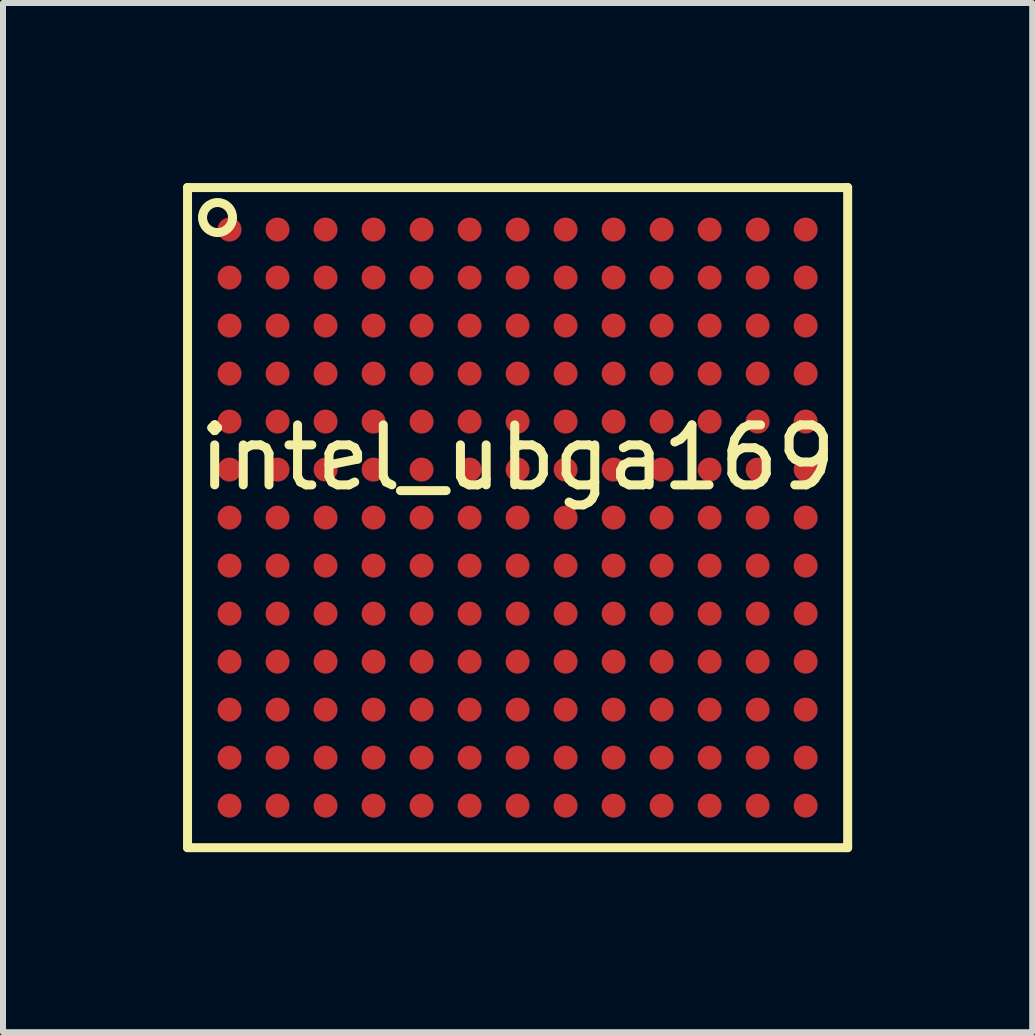
<source format=kicad_pcb>
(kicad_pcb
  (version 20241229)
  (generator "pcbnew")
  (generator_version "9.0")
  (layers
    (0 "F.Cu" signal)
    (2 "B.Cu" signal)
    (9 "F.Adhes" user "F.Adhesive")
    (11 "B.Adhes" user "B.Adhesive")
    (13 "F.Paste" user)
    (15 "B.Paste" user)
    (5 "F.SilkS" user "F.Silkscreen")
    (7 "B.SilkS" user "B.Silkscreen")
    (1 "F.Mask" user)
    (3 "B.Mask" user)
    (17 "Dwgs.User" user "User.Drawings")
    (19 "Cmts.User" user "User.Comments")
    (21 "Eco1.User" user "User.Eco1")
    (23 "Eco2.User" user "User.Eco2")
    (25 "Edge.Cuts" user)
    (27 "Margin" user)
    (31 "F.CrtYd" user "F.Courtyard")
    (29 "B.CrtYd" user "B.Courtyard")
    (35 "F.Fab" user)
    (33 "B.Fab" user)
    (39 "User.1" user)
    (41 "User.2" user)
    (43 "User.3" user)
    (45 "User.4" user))
  (footprint "intel_ubga169"
    (layer "F.Cu")
    (at 5.575 5.575)
    (property "Reference" "intel_ubga169" (at 0 -1 0) (layer "F.SilkS") (effects (font (size 1 1) (thickness 0.15))))
    (attr through_hole)
    (fp_line (start -5.5 -5.5) (end -5.5 5.5) (stroke (width 0.15) (type solid)) (layer "F.SilkS"))
    (fp_line (start -5.5 5.5) (end 5.5 5.5) (stroke (width 0.15) (type solid)) (layer "F.SilkS"))
    (fp_line (start 5.5 -5.5) (end -5.5 -5.5) (stroke (width 0.15) (type solid)) (layer "F.SilkS"))
    (fp_line (start 5.5 5.5) (end 5.5 -5.5) (stroke (width 0.15) (type solid)) (layer "F.SilkS"))
    (fp_circle (center -5 -5) (end -5 -4.75) (stroke (width 0.15) (type solid)) (fill no) (layer "F.SilkS"))
    (pad "A1" smd circle (at -4.8 -4.8) (size 0.4 0.4) (layers "F.Cu" "F.Mask" "F.Paste"))
    (pad "A2" smd circle (at -4 -4.8) (size 0.4 0.4) (layers "F.Cu" "F.Mask" "F.Paste"))
    (pad "A3" smd circle (at -3.2 -4.8) (size 0.4 0.4) (layers "F.Cu" "F.Mask" "F.Paste"))
    (pad "A4" smd circle (at -2.4 -4.8) (size 0.4 0.4) (layers "F.Cu" "F.Mask" "F.Paste"))
    (pad "A5" smd circle (at -1.6 -4.8) (size 0.4 0.4) (layers "F.Cu" "F.Mask" "F.Paste"))
    (pad "A6" smd circle (at -0.8 -4.8) (size 0.4 0.4) (layers "F.Cu" "F.Mask" "F.Paste"))
    (pad "A7" smd circle (at 0 -4.8) (size 0.4 0.4) (layers "F.Cu" "F.Mask" "F.Paste"))
    (pad "A8" smd circle (at 0.8 -4.8) (size 0.4 0.4) (layers "F.Cu" "F.Mask" "F.Paste"))
    (pad "A9" smd circle (at 1.6 -4.8) (size 0.4 0.4) (layers "F.Cu" "F.Mask" "F.Paste"))
    (pad "A10" smd circle (at 2.4 -4.8) (size 0.4 0.4) (layers "F.Cu" "F.Mask" "F.Paste"))
    (pad "A11" smd circle (at 3.2 -4.8) (size 0.4 0.4) (layers "F.Cu" "F.Mask" "F.Paste"))
    (pad "A12" smd circle (at 4 -4.8) (size 0.4 0.4) (layers "F.Cu" "F.Mask" "F.Paste"))
    (pad "A13" smd circle (at 4.8 -4.8) (size 0.4 0.4) (layers "F.Cu" "F.Mask" "F.Paste"))
    (pad "B1" smd circle (at -4.8 -4) (size 0.4 0.4) (layers "F.Cu" "F.Mask" "F.Paste"))
    (pad "B2" smd circle (at -4 -4) (size 0.4 0.4) (layers "F.Cu" "F.Mask" "F.Paste"))
    (pad "B3" smd circle (at -3.2 -4) (size 0.4 0.4) (layers "F.Cu" "F.Mask" "F.Paste"))
    (pad "B4" smd circle (at -2.4 -4) (size 0.4 0.4) (layers "F.Cu" "F.Mask" "F.Paste"))
    (pad "B5" smd circle (at -1.6 -4) (size 0.4 0.4) (layers "F.Cu" "F.Mask" "F.Paste"))
    (pad "B6" smd circle (at -0.8 -4) (size 0.4 0.4) (layers "F.Cu" "F.Mask" "F.Paste"))
    (pad "B7" smd circle (at 0 -4) (size 0.4 0.4) (layers "F.Cu" "F.Mask" "F.Paste"))
    (pad "B8" smd circle (at 0.8 -4) (size 0.4 0.4) (layers "F.Cu" "F.Mask" "F.Paste"))
    (pad "B9" smd circle (at 1.6 -4) (size 0.4 0.4) (layers "F.Cu" "F.Mask" "F.Paste"))
    (pad "B10" smd circle (at 2.4 -4) (size 0.4 0.4) (layers "F.Cu" "F.Mask" "F.Paste"))
    (pad "B11" smd circle (at 3.2 -4) (size 0.4 0.4) (layers "F.Cu" "F.Mask" "F.Paste"))
    (pad "B12" smd circle (at 4 -4) (size 0.4 0.4) (layers "F.Cu" "F.Mask" "F.Paste"))
    (pad "B13" smd circle (at 4.8 -4) (size 0.4 0.4) (layers "F.Cu" "F.Mask" "F.Paste"))
    (pad "C1" smd circle (at -4.8 -3.2) (size 0.4 0.4) (layers "F.Cu" "F.Mask" "F.Paste"))
    (pad "C2" smd circle (at -4 -3.2) (size 0.4 0.4) (layers "F.Cu" "F.Mask" "F.Paste"))
    (pad "C3" smd circle (at -3.2 -3.2) (size 0.4 0.4) (layers "F.Cu" "F.Mask" "F.Paste"))
    (pad "C4" smd circle (at -2.4 -3.2) (size 0.4 0.4) (layers "F.Cu" "F.Mask" "F.Paste"))
    (pad "C5" smd circle (at -1.6 -3.2) (size 0.4 0.4) (layers "F.Cu" "F.Mask" "F.Paste"))
    (pad "C6" smd circle (at -0.8 -3.2) (size 0.4 0.4) (layers "F.Cu" "F.Mask" "F.Paste"))
    (pad "C7" smd circle (at 0 -3.2) (size 0.4 0.4) (layers "F.Cu" "F.Mask" "F.Paste"))
    (pad "C8" smd circle (at 0.8 -3.2) (size 0.4 0.4) (layers "F.Cu" "F.Mask" "F.Paste"))
    (pad "C9" smd circle (at 1.6 -3.2) (size 0.4 0.4) (layers "F.Cu" "F.Mask" "F.Paste"))
    (pad "C10" smd circle (at 2.4 -3.2) (size 0.4 0.4) (layers "F.Cu" "F.Mask" "F.Paste"))
    (pad "C11" smd circle (at 3.2 -3.2) (size 0.4 0.4) (layers "F.Cu" "F.Mask" "F.Paste"))
    (pad "C12" smd circle (at 4 -3.2) (size 0.4 0.4) (layers "F.Cu" "F.Mask" "F.Paste"))
    (pad "C13" smd circle (at 4.8 -3.2) (size 0.4 0.4) (layers "F.Cu" "F.Mask" "F.Paste"))
    (pad "D1" smd circle (at -4.8 -2.4) (size 0.4 0.4) (layers "F.Cu" "F.Mask" "F.Paste"))
    (pad "D2" smd circle (at -4 -2.4) (size 0.4 0.4) (layers "F.Cu" "F.Mask" "F.Paste"))
    (pad "D3" smd circle (at -3.2 -2.4) (size 0.4 0.4) (layers "F.Cu" "F.Mask" "F.Paste"))
    (pad "D4" smd circle (at -2.4 -2.4) (size 0.4 0.4) (layers "F.Cu" "F.Mask" "F.Paste"))
    (pad "D5" smd circle (at -1.6 -2.4) (size 0.4 0.4) (layers "F.Cu" "F.Mask" "F.Paste"))
    (pad "D6" smd circle (at -0.8 -2.4) (size 0.4 0.4) (layers "F.Cu" "F.Mask" "F.Paste"))
    (pad "D7" smd circle (at 0 -2.4) (size 0.4 0.4) (layers "F.Cu" "F.Mask" "F.Paste"))
    (pad "D8" smd circle (at 0.8 -2.4) (size 0.4 0.4) (layers "F.Cu" "F.Mask" "F.Paste"))
    (pad "D9" smd circle (at 1.6 -2.4) (size 0.4 0.4) (layers "F.Cu" "F.Mask" "F.Paste"))
    (pad "D10" smd circle (at 2.4 -2.4) (size 0.4 0.4) (layers "F.Cu" "F.Mask" "F.Paste"))
    (pad "D11" smd circle (at 3.2 -2.4) (size 0.4 0.4) (layers "F.Cu" "F.Mask" "F.Paste"))
    (pad "D12" smd circle (at 4 -2.4) (size 0.4 0.4) (layers "F.Cu" "F.Mask" "F.Paste"))
    (pad "D13" smd circle (at 4.8 -2.4) (size 0.4 0.4) (layers "F.Cu" "F.Mask" "F.Paste"))
    (pad "E1" smd circle (at -4.8 -1.6) (size 0.4 0.4) (layers "F.Cu" "F.Mask" "F.Paste"))
    (pad "E2" smd circle (at -4 -1.6) (size 0.4 0.4) (layers "F.Cu" "F.Mask" "F.Paste"))
    (pad "E3" smd circle (at -3.2 -1.6) (size 0.4 0.4) (layers "F.Cu" "F.Mask" "F.Paste"))
    (pad "E4" smd circle (at -2.4 -1.6) (size 0.4 0.4) (layers "F.Cu" "F.Mask" "F.Paste"))
    (pad "E5" smd circle (at -1.6 -1.6) (size 0.4 0.4) (layers "F.Cu" "F.Mask" "F.Paste"))
    (pad "E6" smd circle (at -0.8 -1.6) (size 0.4 0.4) (layers "F.Cu" "F.Mask" "F.Paste"))
    (pad "E7" smd circle (at 0 -1.6) (size 0.4 0.4) (layers "F.Cu" "F.Mask" "F.Paste"))
    (pad "E8" smd circle (at 0.8 -1.6) (size 0.4 0.4) (layers "F.Cu" "F.Mask" "F.Paste"))
    (pad "E9" smd circle (at 1.6 -1.6) (size 0.4 0.4) (layers "F.Cu" "F.Mask" "F.Paste"))
    (pad "E10" smd circle (at 2.4 -1.6) (size 0.4 0.4) (layers "F.Cu" "F.Mask" "F.Paste"))
    (pad "E11" smd circle (at 3.2 -1.6) (size 0.4 0.4) (layers "F.Cu" "F.Mask" "F.Paste"))
    (pad "E12" smd circle (at 4 -1.6) (size 0.4 0.4) (layers "F.Cu" "F.Mask" "F.Paste"))
    (pad "E13" smd circle (at 4.8 -1.6) (size 0.4 0.4) (layers "F.Cu" "F.Mask" "F.Paste"))
    (pad "F1" smd circle (at -4.8 -0.8) (size 0.4 0.4) (layers "F.Cu" "F.Mask" "F.Paste"))
    (pad "F2" smd circle (at -4 -0.8) (size 0.4 0.4) (layers "F.Cu" "F.Mask" "F.Paste"))
    (pad "F3" smd circle (at -3.2 -0.8) (size 0.4 0.4) (layers "F.Cu" "F.Mask" "F.Paste"))
    (pad "F4" smd circle (at -2.4 -0.8) (size 0.4 0.4) (layers "F.Cu" "F.Mask" "F.Paste"))
    (pad "F5" smd circle (at -1.6 -0.8) (size 0.4 0.4) (layers "F.Cu" "F.Mask" "F.Paste"))
    (pad "F6" smd circle (at -0.8 -0.8) (size 0.4 0.4) (layers "F.Cu" "F.Mask" "F.Paste"))
    (pad "F7" smd circle (at 0 -0.8) (size 0.4 0.4) (layers "F.Cu" "F.Mask" "F.Paste"))
    (pad "F8" smd circle (at 0.8 -0.8) (size 0.4 0.4) (layers "F.Cu" "F.Mask" "F.Paste"))
    (pad "F9" smd circle (at 1.6 -0.8) (size 0.4 0.4) (layers "F.Cu" "F.Mask" "F.Paste"))
    (pad "F10" smd circle (at 2.4 -0.8) (size 0.4 0.4) (layers "F.Cu" "F.Mask" "F.Paste"))
    (pad "F11" smd circle (at 3.2 -0.8) (size 0.4 0.4) (layers "F.Cu" "F.Mask" "F.Paste"))
    (pad "F12" smd circle (at 4 -0.8) (size 0.4 0.4) (layers "F.Cu" "F.Mask" "F.Paste"))
    (pad "F13" smd circle (at 4.8 -0.8) (size 0.4 0.4) (layers "F.Cu" "F.Mask" "F.Paste"))
    (pad "G1" smd circle (at -4.8 0) (size 0.4 0.4) (layers "F.Cu" "F.Mask" "F.Paste"))
    (pad "G2" smd circle (at -4 0) (size 0.4 0.4) (layers "F.Cu" "F.Mask" "F.Paste"))
    (pad "G3" smd circle (at -3.2 0) (size 0.4 0.4) (layers "F.Cu" "F.Mask" "F.Paste"))
    (pad "G4" smd circle (at -2.4 0) (size 0.4 0.4) (layers "F.Cu" "F.Mask" "F.Paste"))
    (pad "G5" smd circle (at -1.6 0) (size 0.4 0.4) (layers "F.Cu" "F.Mask" "F.Paste"))
    (pad "G6" smd circle (at -0.8 0) (size 0.4 0.4) (layers "F.Cu" "F.Mask" "F.Paste"))
    (pad "G7" smd circle (at 0 0) (size 0.4 0.4) (layers "F.Cu" "F.Mask" "F.Paste"))
    (pad "G8" smd circle (at 0.8 0) (size 0.4 0.4) (layers "F.Cu" "F.Mask" "F.Paste"))
    (pad "G9" smd circle (at 1.6 0) (size 0.4 0.4) (layers "F.Cu" "F.Mask" "F.Paste"))
    (pad "G10" smd circle (at 2.4 0) (size 0.4 0.4) (layers "F.Cu" "F.Mask" "F.Paste"))
    (pad "G11" smd circle (at 3.2 0) (size 0.4 0.4) (layers "F.Cu" "F.Mask" "F.Paste"))
    (pad "G12" smd circle (at 4 0) (size 0.4 0.4) (layers "F.Cu" "F.Mask" "F.Paste"))
    (pad "G13" smd circle (at 4.8 0) (size 0.4 0.4) (layers "F.Cu" "F.Mask" "F.Paste"))
    (pad "H1" smd circle (at -4.8 0.8) (size 0.4 0.4) (layers "F.Cu" "F.Mask" "F.Paste"))
    (pad "H2" smd circle (at -4 0.8) (size 0.4 0.4) (layers "F.Cu" "F.Mask" "F.Paste"))
    (pad "H3" smd circle (at -3.2 0.8) (size 0.4 0.4) (layers "F.Cu" "F.Mask" "F.Paste"))
    (pad "H4" smd circle (at -2.4 0.8) (size 0.4 0.4) (layers "F.Cu" "F.Mask" "F.Paste"))
    (pad "H5" smd circle (at -1.6 0.8) (size 0.4 0.4) (layers "F.Cu" "F.Mask" "F.Paste"))
    (pad "H6" smd circle (at -0.8 0.8) (size 0.4 0.4) (layers "F.Cu" "F.Mask" "F.Paste"))
    (pad "H7" smd circle (at 0 0.8) (size 0.4 0.4) (layers "F.Cu" "F.Mask" "F.Paste"))
    (pad "H8" smd circle (at 0.8 0.8) (size 0.4 0.4) (layers "F.Cu" "F.Mask" "F.Paste"))
    (pad "H9" smd circle (at 1.6 0.8) (size 0.4 0.4) (layers "F.Cu" "F.Mask" "F.Paste"))
    (pad "H10" smd circle (at 2.4 0.8) (size 0.4 0.4) (layers "F.Cu" "F.Mask" "F.Paste"))
    (pad "H11" smd circle (at 3.2 0.8) (size 0.4 0.4) (layers "F.Cu" "F.Mask" "F.Paste"))
    (pad "H12" smd circle (at 4 0.8) (size 0.4 0.4) (layers "F.Cu" "F.Mask" "F.Paste"))
    (pad "H13" smd circle (at 4.8 0.8) (size 0.4 0.4) (layers "F.Cu" "F.Mask" "F.Paste"))
    (pad "J1" smd circle (at -4.8 1.6) (size 0.4 0.4) (layers "F.Cu" "F.Mask" "F.Paste"))
    (pad "J2" smd circle (at -4 1.6) (size 0.4 0.4) (layers "F.Cu" "F.Mask" "F.Paste"))
    (pad "J3" smd circle (at -3.2 1.6) (size 0.4 0.4) (layers "F.Cu" "F.Mask" "F.Paste"))
    (pad "J4" smd circle (at -2.4 1.6) (size 0.4 0.4) (layers "F.Cu" "F.Mask" "F.Paste"))
    (pad "J5" smd circle (at -1.6 1.6) (size 0.4 0.4) (layers "F.Cu" "F.Mask" "F.Paste"))
    (pad "J6" smd circle (at -0.8 1.6) (size 0.4 0.4) (layers "F.Cu" "F.Mask" "F.Paste"))
    (pad "J7" smd circle (at 0 1.6) (size 0.4 0.4) (layers "F.Cu" "F.Mask" "F.Paste"))
    (pad "J8" smd circle (at 0.8 1.6) (size 0.4 0.4) (layers "F.Cu" "F.Mask" "F.Paste"))
    (pad "J9" smd circle (at 1.6 1.6) (size 0.4 0.4) (layers "F.Cu" "F.Mask" "F.Paste"))
    (pad "J10" smd circle (at 2.4 1.6) (size 0.4 0.4) (layers "F.Cu" "F.Mask" "F.Paste"))
    (pad "J11" smd circle (at 3.2 1.6) (size 0.4 0.4) (layers "F.Cu" "F.Mask" "F.Paste"))
    (pad "J12" smd circle (at 4 1.6) (size 0.4 0.4) (layers "F.Cu" "F.Mask" "F.Paste"))
    (pad "J13" smd circle (at 4.8 1.6) (size 0.4 0.4) (layers "F.Cu" "F.Mask" "F.Paste"))
    (pad "K1" smd circle (at -4.8 2.4) (size 0.4 0.4) (layers "F.Cu" "F.Mask" "F.Paste"))
    (pad "K2" smd circle (at -4 2.4) (size 0.4 0.4) (layers "F.Cu" "F.Mask" "F.Paste"))
    (pad "K3" smd circle (at -3.2 2.4) (size 0.4 0.4) (layers "F.Cu" "F.Mask" "F.Paste"))
    (pad "K4" smd circle (at -2.4 2.4) (size 0.4 0.4) (layers "F.Cu" "F.Mask" "F.Paste"))
    (pad "K5" smd circle (at -1.6 2.4) (size 0.4 0.4) (layers "F.Cu" "F.Mask" "F.Paste"))
    (pad "K6" smd circle (at -0.8 2.4) (size 0.4 0.4) (layers "F.Cu" "F.Mask" "F.Paste"))
    (pad "K7" smd circle (at 0 2.4) (size 0.4 0.4) (layers "F.Cu" "F.Mask" "F.Paste"))
    (pad "K8" smd circle (at 0.8 2.4) (size 0.4 0.4) (layers "F.Cu" "F.Mask" "F.Paste"))
    (pad "K9" smd circle (at 1.6 2.4) (size 0.4 0.4) (layers "F.Cu" "F.Mask" "F.Paste"))
    (pad "K10" smd circle (at 2.4 2.4) (size 0.4 0.4) (layers "F.Cu" "F.Mask" "F.Paste"))
    (pad "K11" smd circle (at 3.2 2.4) (size 0.4 0.4) (layers "F.Cu" "F.Mask" "F.Paste"))
    (pad "K12" smd circle (at 4 2.4) (size 0.4 0.4) (layers "F.Cu" "F.Mask" "F.Paste"))
    (pad "K13" smd circle (at 4.8 2.4) (size 0.4 0.4) (layers "F.Cu" "F.Mask" "F.Paste"))
    (pad "L1" smd circle (at -4.8 3.2) (size 0.4 0.4) (layers "F.Cu" "F.Mask" "F.Paste"))
    (pad "L2" smd circle (at -4 3.2) (size 0.4 0.4) (layers "F.Cu" "F.Mask" "F.Paste"))
    (pad "L3" smd circle (at -3.2 3.2) (size 0.4 0.4) (layers "F.Cu" "F.Mask" "F.Paste"))
    (pad "L4" smd circle (at -2.4 3.2) (size 0.4 0.4) (layers "F.Cu" "F.Mask" "F.Paste"))
    (pad "L5" smd circle (at -1.6 3.2) (size 0.4 0.4) (layers "F.Cu" "F.Mask" "F.Paste"))
    (pad "L6" smd circle (at -0.8 3.2) (size 0.4 0.4) (layers "F.Cu" "F.Mask" "F.Paste"))
    (pad "L7" smd circle (at 0 3.2) (size 0.4 0.4) (layers "F.Cu" "F.Mask" "F.Paste"))
    (pad "L8" smd circle (at 0.8 3.2) (size 0.4 0.4) (layers "F.Cu" "F.Mask" "F.Paste"))
    (pad "L9" smd circle (at 1.6 3.2) (size 0.4 0.4) (layers "F.Cu" "F.Mask" "F.Paste"))
    (pad "L10" smd circle (at 2.4 3.2) (size 0.4 0.4) (layers "F.Cu" "F.Mask" "F.Paste"))
    (pad "L11" smd circle (at 3.2 3.2) (size 0.4 0.4) (layers "F.Cu" "F.Mask" "F.Paste"))
    (pad "L12" smd circle (at 4 3.2) (size 0.4 0.4) (layers "F.Cu" "F.Mask" "F.Paste"))
    (pad "L13" smd circle (at 4.8 3.2) (size 0.4 0.4) (layers "F.Cu" "F.Mask" "F.Paste"))
    (pad "M1" smd circle (at -4.8 4) (size 0.4 0.4) (layers "F.Cu" "F.Mask" "F.Paste"))
    (pad "M2" smd circle (at -4 4) (size 0.4 0.4) (layers "F.Cu" "F.Mask" "F.Paste"))
    (pad "M3" smd circle (at -3.2 4) (size 0.4 0.4) (layers "F.Cu" "F.Mask" "F.Paste"))
    (pad "M4" smd circle (at -2.4 4) (size 0.4 0.4) (layers "F.Cu" "F.Mask" "F.Paste"))
    (pad "M5" smd circle (at -1.6 4) (size 0.4 0.4) (layers "F.Cu" "F.Mask" "F.Paste"))
    (pad "M6" smd circle (at -0.8 4) (size 0.4 0.4) (layers "F.Cu" "F.Mask" "F.Paste"))
    (pad "M7" smd circle (at 0 4) (size 0.4 0.4) (layers "F.Cu" "F.Mask" "F.Paste"))
    (pad "M8" smd circle (at 0.8 4) (size 0.4 0.4) (layers "F.Cu" "F.Mask" "F.Paste"))
    (pad "M9" smd circle (at 1.6 4) (size 0.4 0.4) (layers "F.Cu" "F.Mask" "F.Paste"))
    (pad "M10" smd circle (at 2.4 4) (size 0.4 0.4) (layers "F.Cu" "F.Mask" "F.Paste"))
    (pad "M11" smd circle (at 3.2 4) (size 0.4 0.4) (layers "F.Cu" "F.Mask" "F.Paste"))
    (pad "M12" smd circle (at 4 4) (size 0.4 0.4) (layers "F.Cu" "F.Mask" "F.Paste"))
    (pad "M13" smd circle (at 4.8 4) (size 0.4 0.4) (layers "F.Cu" "F.Mask" "F.Paste"))
    (pad "N1" smd circle (at -4.8 4.8) (size 0.4 0.4) (layers "F.Cu" "F.Mask" "F.Paste"))
    (pad "N2" smd circle (at -4 4.8) (size 0.4 0.4) (layers "F.Cu" "F.Mask" "F.Paste"))
    (pad "N3" smd circle (at -3.2 4.8) (size 0.4 0.4) (layers "F.Cu" "F.Mask" "F.Paste"))
    (pad "N4" smd circle (at -2.4 4.8) (size 0.4 0.4) (layers "F.Cu" "F.Mask" "F.Paste"))
    (pad "N5" smd circle (at -1.6 4.8) (size 0.4 0.4) (layers "F.Cu" "F.Mask" "F.Paste"))
    (pad "N6" smd circle (at -0.8 4.8) (size 0.4 0.4) (layers "F.Cu" "F.Mask" "F.Paste"))
    (pad "N7" smd circle (at 0 4.8) (size 0.4 0.4) (layers "F.Cu" "F.Mask" "F.Paste"))
    (pad "N8" smd circle (at 0.8 4.8) (size 0.4 0.4) (layers "F.Cu" "F.Mask" "F.Paste"))
    (pad "N9" smd circle (at 1.6 4.8) (size 0.4 0.4) (layers "F.Cu" "F.Mask" "F.Paste"))
    (pad "N10" smd circle (at 2.4 4.8) (size 0.4 0.4) (layers "F.Cu" "F.Mask" "F.Paste"))
    (pad "N11" smd circle (at 3.2 4.8) (size 0.4 0.4) (layers "F.Cu" "F.Mask" "F.Paste"))
    (pad "N12" smd circle (at 4 4.8) (size 0.4 0.4) (layers "F.Cu" "F.Mask" "F.Paste"))
    (pad "N13" smd circle (at 4.8 4.8) (size 0.4 0.4) (layers "F.Cu" "F.Mask" "F.Paste")))
  (gr_rect
    (start -3 -3)
    (end 14.15 14.15)
    (stroke (width 0.1) (type default))
    (fill no)
    (layer "Edge.Cuts")))
</source>
